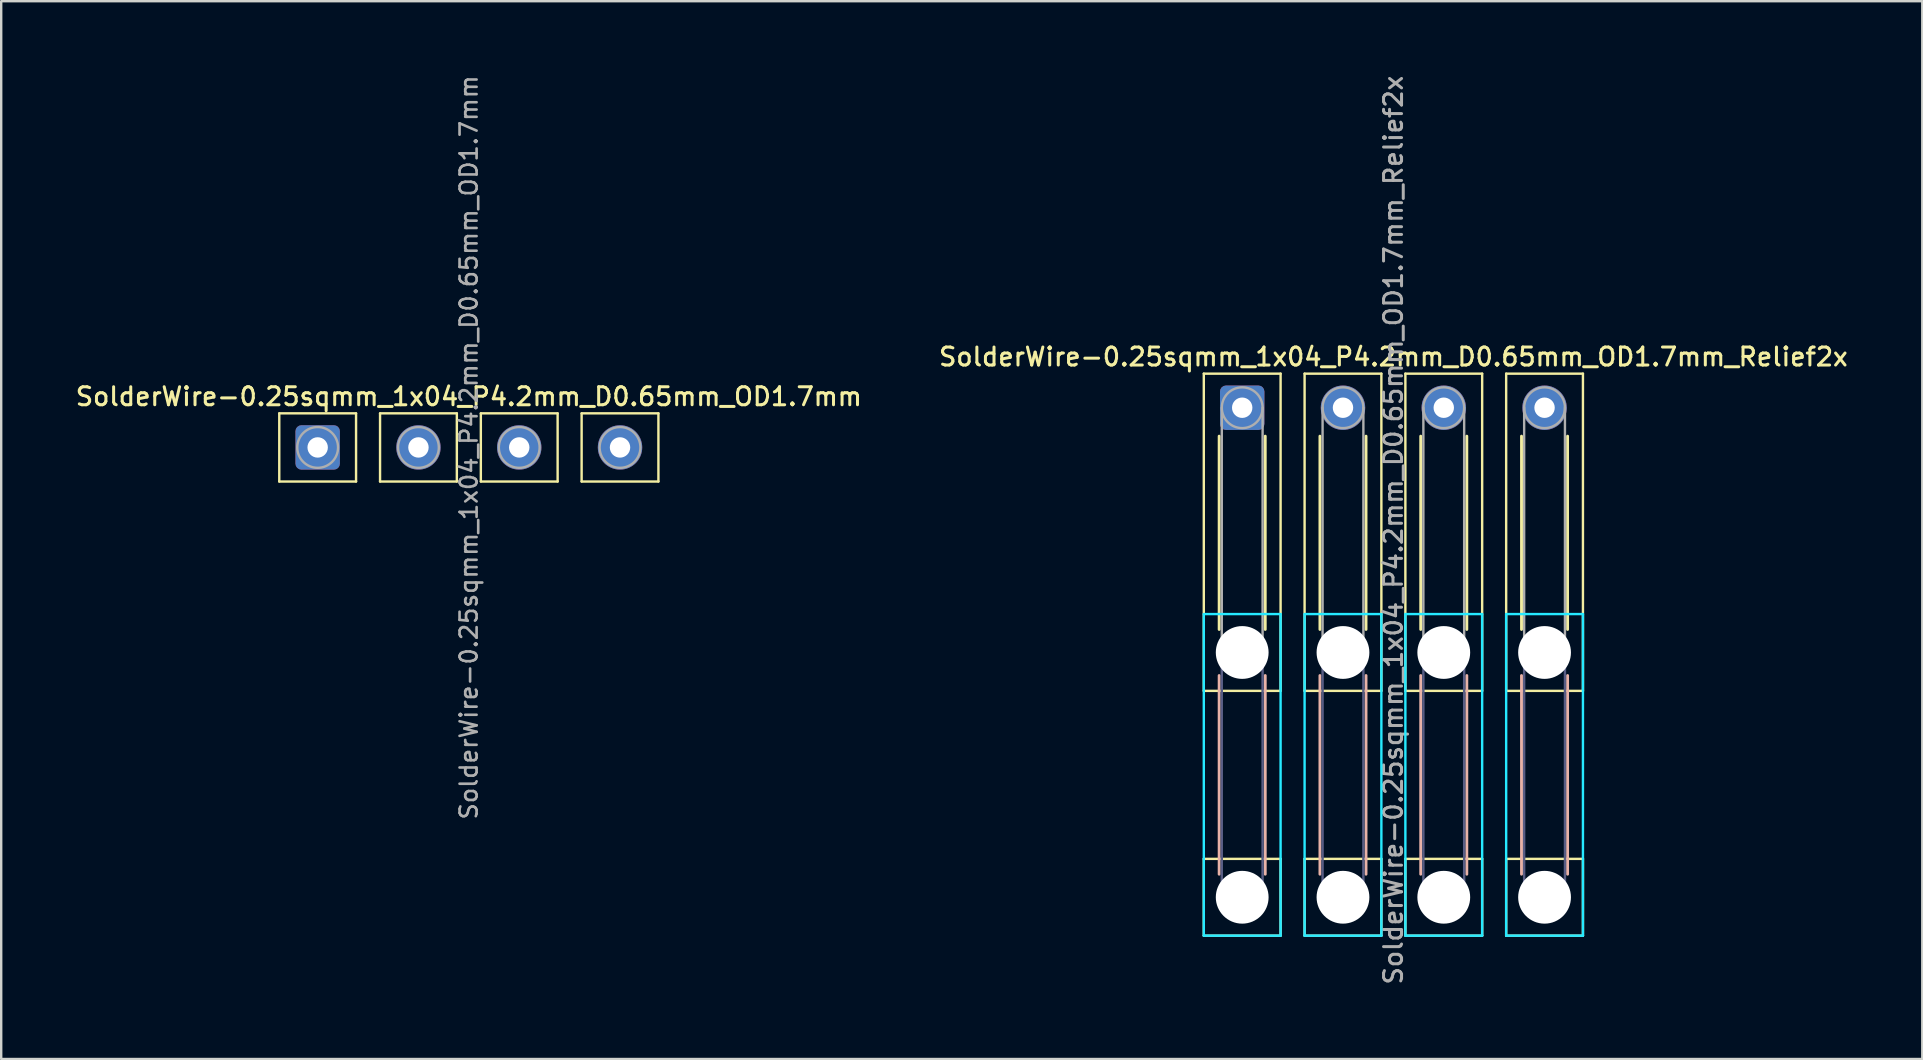
<source format=kicad_pcb>
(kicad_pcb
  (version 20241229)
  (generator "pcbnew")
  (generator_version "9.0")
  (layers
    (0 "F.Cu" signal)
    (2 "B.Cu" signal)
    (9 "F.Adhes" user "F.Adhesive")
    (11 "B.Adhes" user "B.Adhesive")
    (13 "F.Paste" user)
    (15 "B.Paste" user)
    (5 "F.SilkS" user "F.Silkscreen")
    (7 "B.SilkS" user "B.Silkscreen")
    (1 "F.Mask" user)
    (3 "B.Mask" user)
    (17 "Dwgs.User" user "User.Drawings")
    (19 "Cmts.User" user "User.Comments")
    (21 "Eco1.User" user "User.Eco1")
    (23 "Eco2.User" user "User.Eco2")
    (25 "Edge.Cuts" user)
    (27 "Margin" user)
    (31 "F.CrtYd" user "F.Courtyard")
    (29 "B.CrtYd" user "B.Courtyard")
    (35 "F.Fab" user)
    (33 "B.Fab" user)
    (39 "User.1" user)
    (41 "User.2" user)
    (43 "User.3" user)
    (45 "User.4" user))
  (footprint "SolderWire-0.25sqmm_1x04_P4.2mm_D0.65mm_OD1.7mm_Relief2x"
    (layer "F.Cu")
    (at 48.716 13.941)
    (property "Reference" "SolderWire-0.25sqmm_1x04_P4.2mm_D0.65mm_OD1.7mm_Relief2x" (at 6.3 -2.12 0) (layer "F.SilkS") (effects (font (size 0.75 0.75) (thickness 0.125))))
    (attr exclude_from_pos_files exclude_from_bom)
    (fp_line (start -1.6 -1.42) (end -1.6 11.8) (stroke (width 0.1) (type solid)) (layer "F.SilkS"))
    (fp_line (start -1.6 11.8) (end 1.6 11.8) (stroke (width 0.1) (type solid)) (layer "F.SilkS"))
    (fp_line (start -1.6 18.8) (end -1.6 22) (stroke (width 0.1) (type solid)) (layer "F.SilkS"))
    (fp_line (start -1.6 22) (end 1.6 22) (stroke (width 0.1) (type solid)) (layer "F.SilkS"))
    (fp_line (start -0.96 1.185) (end -0.96 9.24) (stroke (width 0.12) (type solid)) (layer "F.SilkS"))
    (fp_line (start 0.96 1.185) (end 0.96 9.24) (stroke (width 0.12) (type solid)) (layer "F.SilkS"))
    (fp_line (start 1.6 -1.42) (end -1.6 -1.42) (stroke (width 0.1) (type solid)) (layer "F.SilkS"))
    (fp_line (start 1.6 11.8) (end 1.6 -1.42) (stroke (width 0.1) (type solid)) (layer "F.SilkS"))
    (fp_line (start 1.6 18.8) (end -1.6 18.8) (stroke (width 0.1) (type solid)) (layer "F.SilkS"))
    (fp_line (start 1.6 22) (end 1.6 18.8) (stroke (width 0.1) (type solid)) (layer "F.SilkS"))
    (fp_line (start 2.6 -1.42) (end 2.6 11.8) (stroke (width 0.1) (type solid)) (layer "F.SilkS"))
    (fp_line (start 2.6 11.8) (end 5.8 11.8) (stroke (width 0.1) (type solid)) (layer "F.SilkS"))
    (fp_line (start 2.6 18.8) (end 2.6 22) (stroke (width 0.1) (type solid)) (layer "F.SilkS"))
    (fp_line (start 2.6 22) (end 5.8 22) (stroke (width 0.1) (type solid)) (layer "F.SilkS"))
    (fp_line (start 3.24 1.185) (end 3.24 9.24) (stroke (width 0.12) (type solid)) (layer "F.SilkS"))
    (fp_line (start 5.16 1.185) (end 5.16 9.24) (stroke (width 0.12) (type solid)) (layer "F.SilkS"))
    (fp_line (start 5.8 -1.42) (end 2.6 -1.42) (stroke (width 0.1) (type solid)) (layer "F.SilkS"))
    (fp_line (start 5.8 11.8) (end 5.8 -1.42) (stroke (width 0.1) (type solid)) (layer "F.SilkS"))
    (fp_line (start 5.8 18.8) (end 2.6 18.8) (stroke (width 0.1) (type solid)) (layer "F.SilkS"))
    (fp_line (start 5.8 22) (end 5.8 18.8) (stroke (width 0.1) (type solid)) (layer "F.SilkS"))
    (fp_line (start 6.8 -1.42) (end 6.8 11.8) (stroke (width 0.1) (type solid)) (layer "F.SilkS"))
    (fp_line (start 6.8 11.8) (end 10 11.8) (stroke (width 0.1) (type solid)) (layer "F.SilkS"))
    (fp_line (start 6.8 18.8) (end 6.8 22) (stroke (width 0.1) (type solid)) (layer "F.SilkS"))
    (fp_line (start 6.8 22) (end 10 22) (stroke (width 0.1) (type solid)) (layer "F.SilkS"))
    (fp_line (start 7.44 1.185) (end 7.44 9.24) (stroke (width 0.12) (type solid)) (layer "F.SilkS"))
    (fp_line (start 9.36 1.185) (end 9.36 9.24) (stroke (width 0.12) (type solid)) (layer "F.SilkS"))
    (fp_line (start 10 -1.42) (end 6.8 -1.42) (stroke (width 0.1) (type solid)) (layer "F.SilkS"))
    (fp_line (start 10 11.8) (end 10 -1.42) (stroke (width 0.1) (type solid)) (layer "F.SilkS"))
    (fp_line (start 10 18.8) (end 6.8 18.8) (stroke (width 0.1) (type solid)) (layer "F.SilkS"))
    (fp_line (start 10 22) (end 10 18.8) (stroke (width 0.1) (type solid)) (layer "F.SilkS"))
    (fp_line (start 11 -1.42) (end 11 11.8) (stroke (width 0.1) (type solid)) (layer "F.SilkS"))
    (fp_line (start 11 11.8) (end 14.2 11.8) (stroke (width 0.1) (type solid)) (layer "F.SilkS"))
    (fp_line (start 11 18.8) (end 11 22) (stroke (width 0.1) (type solid)) (layer "F.SilkS"))
    (fp_line (start 11 22) (end 14.2 22) (stroke (width 0.1) (type solid)) (layer "F.SilkS"))
    (fp_line (start 11.64 1.185) (end 11.64 9.24) (stroke (width 0.12) (type solid)) (layer "F.SilkS"))
    (fp_line (start 13.56 1.185) (end 13.56 9.24) (stroke (width 0.12) (type solid)) (layer "F.SilkS"))
    (fp_line (start 14.2 -1.42) (end 11 -1.42) (stroke (width 0.1) (type solid)) (layer "F.SilkS"))
    (fp_line (start 14.2 11.8) (end 14.2 -1.42) (stroke (width 0.1) (type solid)) (layer "F.SilkS"))
    (fp_line (start 14.2 18.8) (end 11 18.8) (stroke (width 0.1) (type solid)) (layer "F.SilkS"))
    (fp_line (start 14.2 22) (end 14.2 18.8) (stroke (width 0.1) (type solid)) (layer "F.SilkS"))
    (fp_line (start -0.96 11.16) (end -0.96 19.44) (stroke (width 0.12) (type solid)) (layer "B.SilkS"))
    (fp_line (start 0.96 11.16) (end 0.96 19.44) (stroke (width 0.12) (type solid)) (layer "B.SilkS"))
    (fp_line (start 3.24 11.16) (end 3.24 19.44) (stroke (width 0.12) (type solid)) (layer "B.SilkS"))
    (fp_line (start 5.16 11.16) (end 5.16 19.44) (stroke (width 0.12) (type solid)) (layer "B.SilkS"))
    (fp_line (start 7.44 11.16) (end 7.44 19.44) (stroke (width 0.12) (type solid)) (layer "B.SilkS"))
    (fp_line (start 9.36 11.16) (end 9.36 19.44) (stroke (width 0.12) (type solid)) (layer "B.SilkS"))
    (fp_line (start 11.64 11.16) (end 11.64 19.44) (stroke (width 0.12) (type solid)) (layer "B.SilkS"))
    (fp_line (start 13.56 11.16) (end 13.56 19.44) (stroke (width 0.12) (type solid)) (layer "B.SilkS"))
    (fp_line (start -1.6 8.6) (end -1.6 22) (stroke (width 0.1) (type solid)) (layer "B.CrtYd"))
    (fp_line (start -1.6 22) (end 1.6 22) (stroke (width 0.1) (type solid)) (layer "B.CrtYd"))
    (fp_line (start 1.6 8.6) (end -1.6 8.6) (stroke (width 0.1) (type solid)) (layer "B.CrtYd"))
    (fp_line (start 1.6 22) (end 1.6 8.6) (stroke (width 0.1) (type solid)) (layer "B.CrtYd"))
    (fp_line (start 2.6 8.6) (end 2.6 22) (stroke (width 0.1) (type solid)) (layer "B.CrtYd"))
    (fp_line (start 2.6 22) (end 5.8 22) (stroke (width 0.1) (type solid)) (layer "B.CrtYd"))
    (fp_line (start 5.8 8.6) (end 2.6 8.6) (stroke (width 0.1) (type solid)) (layer "B.CrtYd"))
    (fp_line (start 5.8 22) (end 5.8 8.6) (stroke (width 0.1) (type solid)) (layer "B.CrtYd"))
    (fp_line (start 6.8 8.6) (end 6.8 22) (stroke (width 0.1) (type solid)) (layer "B.CrtYd"))
    (fp_line (start 6.8 22) (end 10 22) (stroke (width 0.1) (type solid)) (layer "B.CrtYd"))
    (fp_line (start 10 8.6) (end 6.8 8.6) (stroke (width 0.1) (type solid)) (layer "B.CrtYd"))
    (fp_line (start 10 22) (end 10 8.6) (stroke (width 0.1) (type solid)) (layer "B.CrtYd"))
    (fp_line (start 11 8.6) (end 11 22) (stroke (width 0.1) (type solid)) (layer "B.CrtYd"))
    (fp_line (start 11 22) (end 14.2 22) (stroke (width 0.1) (type solid)) (layer "B.CrtYd"))
    (fp_line (start 14.2 8.6) (end 11 8.6) (stroke (width 0.1) (type solid)) (layer "B.CrtYd"))
    (fp_line (start 14.2 22) (end 14.2 8.6) (stroke (width 0.1) (type solid)) (layer "B.CrtYd"))
    (fp_line (start -0.85 10.2) (end -0.85 20.4) (stroke (width 0.1) (type solid)) (layer "B.Fab"))
    (fp_line (start 0.85 10.2) (end 0.85 20.4) (stroke (width 0.1) (type solid)) (layer "B.Fab"))
    (fp_line (start 3.35 10.2) (end 3.35 20.4) (stroke (width 0.1) (type solid)) (layer "B.Fab"))
    (fp_line (start 5.05 10.2) (end 5.05 20.4) (stroke (width 0.1) (type solid)) (layer "B.Fab"))
    (fp_line (start 7.55 10.2) (end 7.55 20.4) (stroke (width 0.1) (type solid)) (layer "B.Fab"))
    (fp_line (start 9.25 10.2) (end 9.25 20.4) (stroke (width 0.1) (type solid)) (layer "B.Fab"))
    (fp_line (start 11.75 10.2) (end 11.75 20.4) (stroke (width 0.1) (type solid)) (layer "B.Fab"))
    (fp_line (start 13.45 10.2) (end 13.45 20.4) (stroke (width 0.1) (type solid)) (layer "B.Fab"))
    (fp_circle (center 0 10.2) (end 0.85 10.2) (stroke (width 0.1) (type solid)) (fill no) (layer "B.Fab"))
    (fp_circle (center 0 20.4) (end 0.85 20.4) (stroke (width 0.1) (type solid)) (fill no) (layer "B.Fab"))
    (fp_circle (center 4.2 10.2) (end 5.05 10.2) (stroke (width 0.1) (type solid)) (fill no) (layer "B.Fab"))
    (fp_circle (center 4.2 20.4) (end 5.05 20.4) (stroke (width 0.1) (type solid)) (fill no) (layer "B.Fab"))
    (fp_circle (center 8.4 10.2) (end 9.25 10.2) (stroke (width 0.1) (type solid)) (fill no) (layer "B.Fab"))
    (fp_circle (center 8.4 20.4) (end 9.25 20.4) (stroke (width 0.1) (type solid)) (fill no) (layer "B.Fab"))
    (fp_circle (center 12.6 10.2) (end 13.45 10.2) (stroke (width 0.1) (type solid)) (fill no) (layer "B.Fab"))
    (fp_circle (center 12.6 20.4) (end 13.45 20.4) (stroke (width 0.1) (type solid)) (fill no) (layer "B.Fab"))
    (fp_line (start -0.85 0) (end -0.85 10.2) (stroke (width 0.1) (type solid)) (layer "F.Fab"))
    (fp_line (start 0.85 0) (end 0.85 10.2) (stroke (width 0.1) (type solid)) (layer "F.Fab"))
    (fp_line (start 3.35 0) (end 3.35 10.2) (stroke (width 0.1) (type solid)) (layer "F.Fab"))
    (fp_line (start 5.05 0) (end 5.05 10.2) (stroke (width 0.1) (type solid)) (layer "F.Fab"))
    (fp_line (start 7.55 0) (end 7.55 10.2) (stroke (width 0.1) (type solid)) (layer "F.Fab"))
    (fp_line (start 9.25 0) (end 9.25 10.2) (stroke (width 0.1) (type solid)) (layer "F.Fab"))
    (fp_line (start 11.75 0) (end 11.75 10.2) (stroke (width 0.1) (type solid)) (layer "F.Fab"))
    (fp_line (start 13.45 0) (end 13.45 10.2) (stroke (width 0.1) (type solid)) (layer "F.Fab"))
    (fp_circle (center 0 0) (end 0.85 0) (stroke (width 0.1) (type solid)) (fill no) (layer "F.Fab"))
    (fp_circle (center 0 10.2) (end 0.85 10.2) (stroke (width 0.1) (type solid)) (fill no) (layer "F.Fab"))
    (fp_circle (center 0 20.4) (end 0.85 20.4) (stroke (width 0.1) (type solid)) (fill no) (layer "F.Fab"))
    (fp_circle (center 4.2 0) (end 5.05 0) (stroke (width 0.1) (type solid)) (fill no) (layer "F.Fab"))
    (fp_circle (center 4.2 10.2) (end 5.05 10.2) (stroke (width 0.1) (type solid)) (fill no) (layer "F.Fab"))
    (fp_circle (center 4.2 20.4) (end 5.05 20.4) (stroke (width 0.1) (type solid)) (fill no) (layer "F.Fab"))
    (fp_circle (center 8.4 0) (end 9.25 0) (stroke (width 0.1) (type solid)) (fill no) (layer "F.Fab"))
    (fp_circle (center 8.4 10.2) (end 9.25 10.2) (stroke (width 0.1) (type solid)) (fill no) (layer "F.Fab"))
    (fp_circle (center 8.4 20.4) (end 9.25 20.4) (stroke (width 0.1) (type solid)) (fill no) (layer "F.Fab"))
    (fp_circle (center 12.6 0) (end 13.45 0) (stroke (width 0.1) (type solid)) (fill no) (layer "F.Fab"))
    (fp_circle (center 12.6 10.2) (end 13.45 10.2) (stroke (width 0.1) (type solid)) (fill no) (layer "F.Fab"))
    (fp_circle (center 12.6 20.4) (end 13.45 20.4) (stroke (width 0.1) (type solid)) (fill no) (layer "F.Fab"))
    (fp_text user "${REFERENCE}" (at 6.3 5.1 90) (layer "F.Fab") (effects (font (size 0.75 0.75) (thickness 0.125))))
    (pad "" np_thru_hole circle (at 0 10.2) (size 2.2 2.2) (drill 2.2) (layers "*.Cu" "*.Mask"))
    (pad "" np_thru_hole circle (at 0 20.4) (size 2.2 2.2) (drill 2.2) (layers "*.Cu" "*.Mask"))
    (pad "" np_thru_hole circle (at 4.2 10.2) (size 2.2 2.2) (drill 2.2) (layers "*.Cu" "*.Mask"))
    (pad "" np_thru_hole circle (at 4.2 20.4) (size 2.2 2.2) (drill 2.2) (layers "*.Cu" "*.Mask"))
    (pad "" np_thru_hole circle (at 8.4 10.2) (size 2.2 2.2) (drill 2.2) (layers "*.Cu" "*.Mask"))
    (pad "" np_thru_hole circle (at 8.4 20.4) (size 2.2 2.2) (drill 2.2) (layers "*.Cu" "*.Mask"))
    (pad "" np_thru_hole circle (at 12.6 10.2) (size 2.2 2.2) (drill 2.2) (layers "*.Cu" "*.Mask"))
    (pad "" np_thru_hole circle (at 12.6 20.4) (size 2.2 2.2) (drill 2.2) (layers "*.Cu" "*.Mask"))
    (pad "1" thru_hole roundrect (at 0 0) (size 1.85 1.85) (drill 0.85) (layers "*.Cu" "*.Mask") (roundrect_rratio 0.135))
    (pad "2" thru_hole circle (at 4.2 0) (size 1.85 1.85) (drill 0.85) (layers "*.Cu" "*.Mask"))
    (pad "3" thru_hole circle (at 8.4 0) (size 1.85 1.85) (drill 0.85) (layers "*.Cu" "*.Mask"))
    (pad "4" thru_hole circle (at 12.6 0) (size 1.85 1.85) (drill 0.85) (layers "*.Cu" "*.Mask")))
  (footprint "SolderWire-0.25sqmm_1x04_P4.2mm_D0.65mm_OD1.7mm"
    (layer "F.Cu")
    (at 10.188 15.596)
    (property "Reference" "SolderWire-0.25sqmm_1x04_P4.2mm_D0.65mm_OD1.7mm" (at 6.3 -2.12 0) (layer "F.SilkS") (effects (font (size 0.75 0.75) (thickness 0.125))))
    (attr exclude_from_pos_files exclude_from_bom)
    (fp_line (start -1.6 -1.42) (end -1.6 1.42) (stroke (width 0.1) (type solid)) (layer "F.SilkS"))
    (fp_line (start -1.6 1.42) (end 1.6 1.42) (stroke (width 0.1) (type solid)) (layer "F.SilkS"))
    (fp_line (start 1.6 -1.42) (end -1.6 -1.42) (stroke (width 0.1) (type solid)) (layer "F.SilkS"))
    (fp_line (start 1.6 1.42) (end 1.6 -1.42) (stroke (width 0.1) (type solid)) (layer "F.SilkS"))
    (fp_line (start 2.6 -1.42) (end 2.6 1.42) (stroke (width 0.1) (type solid)) (layer "F.SilkS"))
    (fp_line (start 2.6 1.42) (end 5.8 1.42) (stroke (width 0.1) (type solid)) (layer "F.SilkS"))
    (fp_line (start 5.8 -1.42) (end 2.6 -1.42) (stroke (width 0.1) (type solid)) (layer "F.SilkS"))
    (fp_line (start 5.8 1.42) (end 5.8 -1.42) (stroke (width 0.1) (type solid)) (layer "F.SilkS"))
    (fp_line (start 6.8 -1.42) (end 6.8 1.42) (stroke (width 0.1) (type solid)) (layer "F.SilkS"))
    (fp_line (start 6.8 1.42) (end 10 1.42) (stroke (width 0.1) (type solid)) (layer "F.SilkS"))
    (fp_line (start 10 -1.42) (end 6.8 -1.42) (stroke (width 0.1) (type solid)) (layer "F.SilkS"))
    (fp_line (start 10 1.42) (end 10 -1.42) (stroke (width 0.1) (type solid)) (layer "F.SilkS"))
    (fp_line (start 11 -1.42) (end 11 1.42) (stroke (width 0.1) (type solid)) (layer "F.SilkS"))
    (fp_line (start 11 1.42) (end 14.2 1.42) (stroke (width 0.1) (type solid)) (layer "F.SilkS"))
    (fp_line (start 14.2 -1.42) (end 11 -1.42) (stroke (width 0.1) (type solid)) (layer "F.SilkS"))
    (fp_line (start 14.2 1.42) (end 14.2 -1.42) (stroke (width 0.1) (type solid)) (layer "F.SilkS"))
    (fp_circle (center 0 0) (end 0.85 0) (stroke (width 0.1) (type solid)) (fill no) (layer "F.Fab"))
    (fp_circle (center 4.2 0) (end 5.05 0) (stroke (width 0.1) (type solid)) (fill no) (layer "F.Fab"))
    (fp_circle (center 8.4 0) (end 9.25 0) (stroke (width 0.1) (type solid)) (fill no) (layer "F.Fab"))
    (fp_circle (center 12.6 0) (end 13.45 0) (stroke (width 0.1) (type solid)) (fill no) (layer "F.Fab"))
    (fp_text user "${REFERENCE}" (at 6.3 0 90) (layer "F.Fab") (effects (font (size 0.71 0.71) (thickness 0.11))))
    (pad "1" thru_hole roundrect (at 0 0) (size 1.85 1.85) (drill 0.85) (layers "*.Cu" "*.Mask") (roundrect_rratio 0.135))
    (pad "2" thru_hole circle (at 4.2 0) (size 1.85 1.85) (drill 0.85) (layers "*.Cu" "*.Mask"))
    (pad "3" thru_hole circle (at 8.4 0) (size 1.85 1.85) (drill 0.85) (layers "*.Cu" "*.Mask"))
    (pad "4" thru_hole circle (at 12.6 0) (size 1.85 1.85) (drill 0.85) (layers "*.Cu" "*.Mask")))
  (gr_rect
    (start -3 -3)
    (end 77.057 41.082)
    (stroke (width 0.1) (type default))
    (fill no)
    (layer "Edge.Cuts")))
</source>
